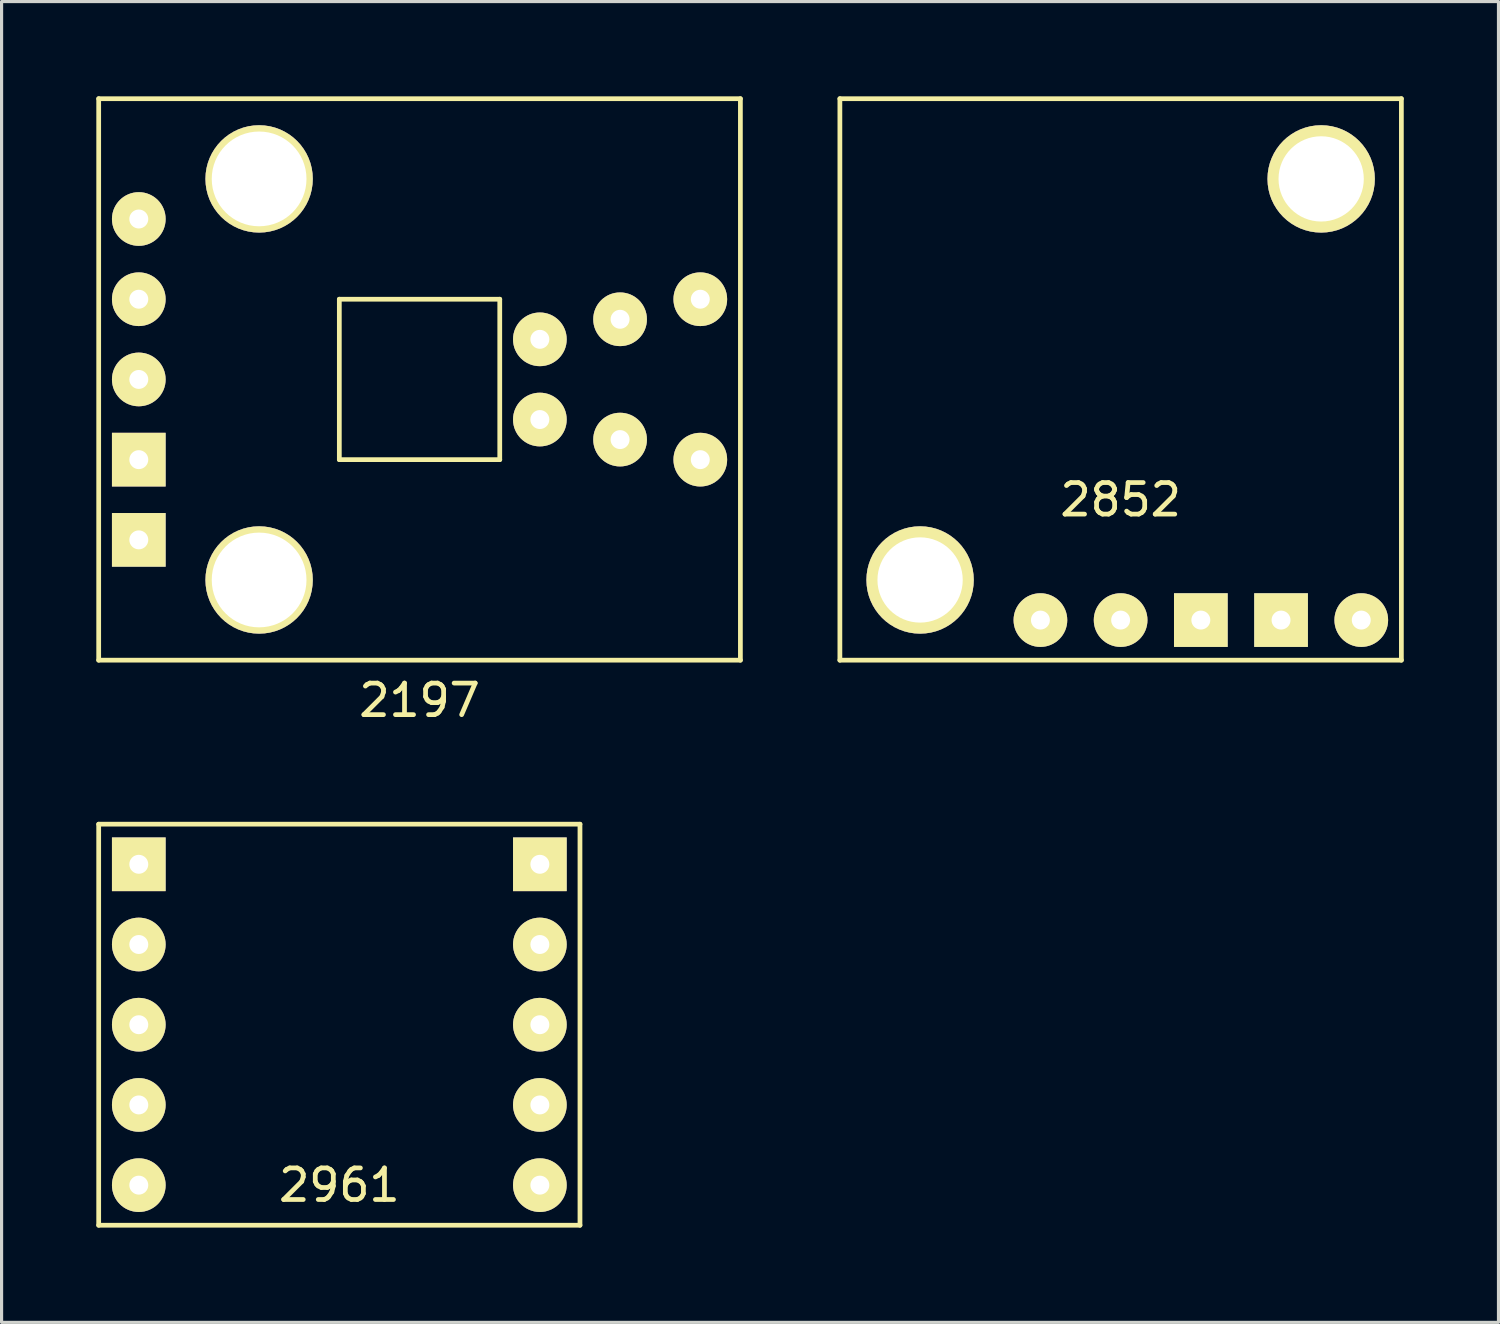
<source format=kicad_pcb>
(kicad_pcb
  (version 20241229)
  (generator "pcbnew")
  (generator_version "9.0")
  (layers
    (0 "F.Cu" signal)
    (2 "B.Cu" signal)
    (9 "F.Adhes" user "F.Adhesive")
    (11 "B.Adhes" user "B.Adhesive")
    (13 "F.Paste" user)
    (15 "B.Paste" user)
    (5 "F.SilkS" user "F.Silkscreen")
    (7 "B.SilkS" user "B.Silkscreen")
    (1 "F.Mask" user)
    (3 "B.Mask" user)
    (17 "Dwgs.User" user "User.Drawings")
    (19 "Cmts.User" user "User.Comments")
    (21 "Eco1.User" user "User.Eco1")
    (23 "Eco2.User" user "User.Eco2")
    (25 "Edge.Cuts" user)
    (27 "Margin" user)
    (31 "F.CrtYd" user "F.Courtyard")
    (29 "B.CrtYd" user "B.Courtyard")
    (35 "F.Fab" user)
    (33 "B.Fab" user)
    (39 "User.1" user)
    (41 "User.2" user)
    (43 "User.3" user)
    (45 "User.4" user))
  (footprint "2852"
    (layer "F.Cu")
    (at 32.435 8.965)
    (property "Reference" "2852" (at 0 3.81 0) (layer "F.SilkS") (effects (font (size 1 1) (thickness 0.15))))
    (attr through_hole)
    (fp_line (start -8.89 -8.89) (end 8.89 -8.89) (stroke (width 0.15) (type solid)) (layer "F.SilkS"))
    (fp_line (start -8.89 8.89) (end -8.89 -8.89) (stroke (width 0.15) (type solid)) (layer "F.SilkS"))
    (fp_line (start 8.89 -8.89) (end 8.89 8.89) (stroke (width 0.15) (type solid)) (layer "F.SilkS"))
    (fp_line (start 8.89 8.89) (end -8.89 8.89) (stroke (width 0.15) (type solid)) (layer "F.SilkS"))
    (pad "0" thru_hole circle (at -2.54 7.62) (size 1.7 1.7) (drill 0.6) (layers "*.Cu" "*.Mask" "F.SilkS"))
    (pad "1" thru_hole circle (at 0 7.62) (size 1.7 1.7) (drill 0.6) (layers "*.Cu" "*.Mask" "F.SilkS"))
    (pad "2" thru_hole rect (at 2.54 7.62) (size 1.7 1.7) (drill 0.6) (layers "*.Cu" "*.Mask" "F.SilkS"))
    (pad "3" thru_hole rect (at 5.08 7.62) (size 1.7 1.7) (drill 0.6) (layers "*.Cu" "*.Mask" "F.SilkS"))
    (pad "4" thru_hole circle (at -6.35 6.35) (size 3.4 3.4) (drill 2.7) (layers "*.Cu" "*.Mask" "F.SilkS"))
    (pad "4" thru_hole circle (at 7.62 7.62) (size 1.7 1.7) (drill 0.6) (layers "*.Cu" "*.Mask" "F.SilkS"))
    (pad "5" thru_hole circle (at 6.35 -6.35) (size 3.4 3.4) (drill 2.7) (layers "*.Cu" "*.Mask" "F.SilkS")))
  (footprint "2961"
    (layer "F.Cu")
    (at 7.695 29.398)
    (property "Reference" "2961" (at 0 5.08 0) (layer "F.SilkS") (effects (font (size 1 1) (thickness 0.15))))
    (attr through_hole)
    (fp_line (start -7.62 -6.35) (end -7.62 6.35) (stroke (width 0.15) (type solid)) (layer "F.SilkS"))
    (fp_line (start -7.62 6.35) (end 7.62 6.35) (stroke (width 0.15) (type solid)) (layer "F.SilkS"))
    (fp_line (start 7.62 -6.35) (end -7.62 -6.35) (stroke (width 0.15) (type solid)) (layer "F.SilkS"))
    (fp_line (start 7.62 6.35) (end 7.62 -6.35) (stroke (width 0.15) (type solid)) (layer "F.SilkS"))
    (pad "0" thru_hole rect (at -6.35 -5.08) (size 1.7 1.7) (drill 0.6) (layers "*.Cu" "*.Mask" "F.SilkS"))
    (pad "1" thru_hole circle (at -6.35 -2.54) (size 1.7 1.7) (drill 0.6) (layers "*.Cu" "*.Mask" "F.SilkS"))
    (pad "2" thru_hole circle (at -6.35 0) (size 1.7 1.7) (drill 0.6) (layers "*.Cu" "*.Mask" "F.SilkS"))
    (pad "3" thru_hole circle (at -6.35 2.54) (size 1.7 1.7) (drill 0.6) (layers "*.Cu" "*.Mask" "F.SilkS"))
    (pad "4" thru_hole circle (at -6.35 5.08) (size 1.7 1.7) (drill 0.6) (layers "*.Cu" "*.Mask" "F.SilkS"))
    (pad "5" thru_hole rect (at 6.35 -5.08) (size 1.7 1.7) (drill 0.6) (layers "*.Cu" "*.Mask" "F.SilkS"))
    (pad "6" thru_hole circle (at 6.35 -2.54) (size 1.7 1.7) (drill 0.6) (layers "*.Cu" "*.Mask" "F.SilkS"))
    (pad "7" thru_hole circle (at 6.35 0) (size 1.7 1.7) (drill 0.6) (layers "*.Cu" "*.Mask" "F.SilkS"))
    (pad "8" thru_hole circle (at 6.35 2.54) (size 1.7 1.7) (drill 0.6) (layers "*.Cu" "*.Mask" "F.SilkS"))
    (pad "9" thru_hole circle (at 6.35 5.08) (size 1.7 1.7) (drill 0.6) (layers "*.Cu" "*.Mask" "F.SilkS")))
  (footprint "2197"
    (layer "F.Cu")
    (at 10.235 8.965)
    (property "Reference" "2197" (at 0 10.16 0) (layer "F.SilkS") (effects (font (size 1 1) (thickness 0.15))))
    (attr through_hole)
    (fp_line (start -10.16 -8.89) (end -10.16 8.89) (stroke (width 0.15) (type solid)) (layer "F.SilkS"))
    (fp_line (start -10.16 8.89) (end 10.16 8.89) (stroke (width 0.15) (type solid)) (layer "F.SilkS"))
    (fp_line (start -2.54 -2.54) (end -2.54 2.54) (stroke (width 0.15) (type solid)) (layer "F.SilkS"))
    (fp_line (start -2.54 2.54) (end 2.54 2.54) (stroke (width 0.15) (type solid)) (layer "F.SilkS"))
    (fp_line (start 2.54 -2.54) (end -2.54 -2.54) (stroke (width 0.15) (type solid)) (layer "F.SilkS"))
    (fp_line (start 2.54 2.54) (end 2.54 -2.54) (stroke (width 0.15) (type solid)) (layer "F.SilkS"))
    (fp_line (start 10.16 -8.89) (end -10.16 -8.89) (stroke (width 0.15) (type solid)) (layer "F.SilkS"))
    (fp_line (start 10.16 8.89) (end 10.16 -8.89) (stroke (width 0.15) (type solid)) (layer "F.SilkS"))
    (pad "" thru_hole circle (at -5.08 -6.35) (size 3.4 3.4) (drill 3) (layers "*.Cu" "*.Mask" "F.SilkS"))
    (pad "" thru_hole circle (at -5.08 6.35) (size 3.4 3.4) (drill 3) (layers "*.Cu" "*.Mask" "F.SilkS"))
    (pad "0" thru_hole rect (at -8.89 5.08) (size 1.7 1.7) (drill 0.6) (layers "*.Cu" "*.Mask" "F.SilkS"))
    (pad "1" thru_hole rect (at -8.89 2.54) (size 1.7 1.7) (drill 0.6) (layers "*.Cu" "*.Mask" "F.SilkS"))
    (pad "2" thru_hole circle (at -8.89 0) (size 1.7 1.7) (drill 0.6) (layers "*.Cu" "*.Mask" "F.SilkS"))
    (pad "3" thru_hole circle (at -8.89 -2.54) (size 1.7 1.7) (drill 0.6) (layers "*.Cu" "*.Mask" "F.SilkS"))
    (pad "4" thru_hole circle (at -8.89 -5.08) (size 1.7 1.7) (drill 0.6) (layers "*.Cu" "*.Mask" "F.SilkS"))
    (pad "5" thru_hole circle (at 3.81 -1.27) (size 1.7 1.7) (drill 0.6) (layers "*.Cu" "*.Mask" "F.SilkS"))
    (pad "5" thru_hole circle (at 6.35 -1.905) (size 1.7 1.7) (drill 0.6) (layers "*.Cu" "*.Mask" "F.SilkS"))
    (pad "5" thru_hole circle (at 8.89 -2.54) (size 1.7 1.7) (drill 0.6) (layers "*.Cu" "*.Mask" "F.SilkS"))
    (pad "6" thru_hole circle (at 3.81 1.27) (size 1.7 1.7) (drill 0.6) (layers "*.Cu" "*.Mask" "F.SilkS"))
    (pad "6" thru_hole circle (at 6.35 1.905) (size 1.7 1.7) (drill 0.6) (layers "*.Cu" "*.Mask" "F.SilkS"))
    (pad "6" thru_hole circle (at 8.89 2.54) (size 1.7 1.7) (drill 0.6) (layers "*.Cu" "*.Mask" "F.SilkS")))
  (gr_rect
    (start -3 -3)
    (end 44.4 38.823)
    (stroke (width 0.1) (type default))
    (fill no)
    (layer "Edge.Cuts")))
</source>
